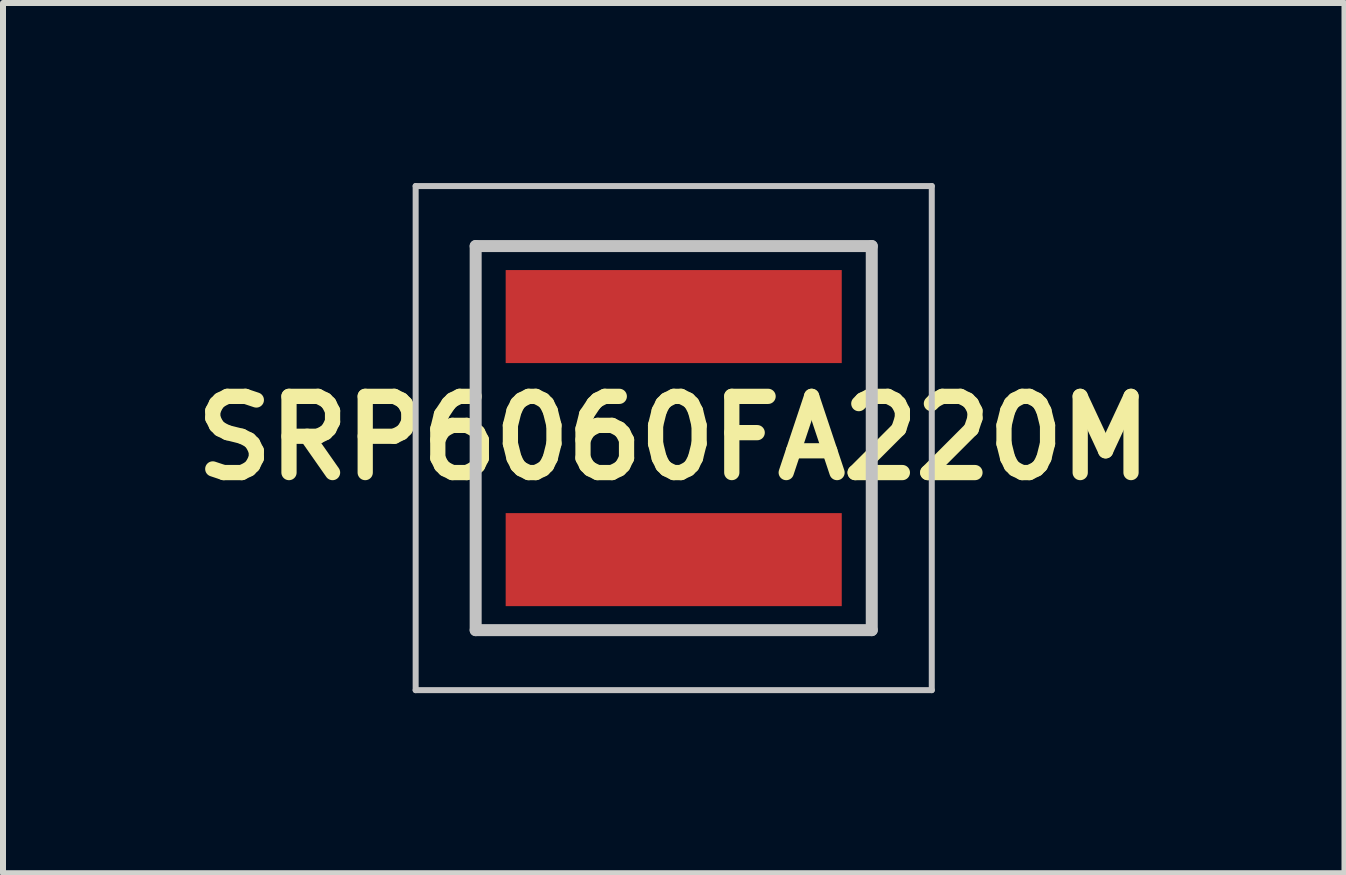
<source format=kicad_pcb>
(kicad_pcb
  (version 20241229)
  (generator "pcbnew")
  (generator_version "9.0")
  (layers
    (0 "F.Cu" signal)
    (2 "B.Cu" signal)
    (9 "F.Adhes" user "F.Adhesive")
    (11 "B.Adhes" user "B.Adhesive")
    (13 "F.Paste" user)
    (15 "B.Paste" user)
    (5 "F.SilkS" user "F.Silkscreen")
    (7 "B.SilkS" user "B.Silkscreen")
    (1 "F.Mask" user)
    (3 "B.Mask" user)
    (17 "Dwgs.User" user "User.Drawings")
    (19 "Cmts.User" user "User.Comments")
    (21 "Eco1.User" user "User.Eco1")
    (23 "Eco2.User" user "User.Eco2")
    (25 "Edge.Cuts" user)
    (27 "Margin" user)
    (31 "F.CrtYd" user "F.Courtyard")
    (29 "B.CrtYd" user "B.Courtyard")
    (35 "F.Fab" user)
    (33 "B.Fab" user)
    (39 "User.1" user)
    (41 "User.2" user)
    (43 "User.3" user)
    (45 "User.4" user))
  (footprint "SRP6060FA220M"
    (layer "F.Cu")
    (at 8.176 4.25)
    (property "Reference" "SRP6060FA220M" (at 0 0 0) (layer "F.SilkS") (effects (font (size 1.27 1.27) (thickness 0.254))))
    (attr smd)
    (fp_line (start -3.3 -3.2) (end 3.3 -3.2) (stroke (width 0.1) (type solid)) (layer "F.SilkS"))
    (fp_line (start -3.3 3.2) (end -3.3 -3.2) (stroke (width 0.1) (type solid)) (layer "F.SilkS"))
    (fp_line (start 3.3 -3.2) (end 3.3 3.2) (stroke (width 0.1) (type solid)) (layer "F.SilkS"))
    (fp_line (start 3.3 3.2) (end -3.3 3.2) (stroke (width 0.1) (type solid)) (layer "F.SilkS"))
    (fp_line (start -4.3 -4.2) (end 4.3 -4.2) (stroke (width 0.1) (type solid)) (layer "Dwgs.User"))
    (fp_line (start -4.3 4.2) (end -4.3 -4.2) (stroke (width 0.1) (type solid)) (layer "Dwgs.User"))
    (fp_line (start -3.3 -3.2) (end 3.3 -3.2) (stroke (width 0.2) (type solid)) (layer "Dwgs.User"))
    (fp_line (start -3.3 3.2) (end -3.3 -3.2) (stroke (width 0.2) (type solid)) (layer "Dwgs.User"))
    (fp_line (start 3.3 -3.2) (end 3.3 3.2) (stroke (width 0.2) (type solid)) (layer "Dwgs.User"))
    (fp_line (start 3.3 3.2) (end -3.3 3.2) (stroke (width 0.2) (type solid)) (layer "Dwgs.User"))
    (fp_line (start 4.3 -4.2) (end 4.3 4.2) (stroke (width 0.1) (type solid)) (layer "Dwgs.User"))
    (fp_line (start 4.3 4.2) (end -4.3 4.2) (stroke (width 0.1) (type solid)) (layer "Dwgs.User"))
    (pad "1" smd rect (at 0 -2.025 90) (size 1.55 5.6) (layers "F.Cu" "F.Mask" "F.Paste"))
    (pad "2" smd rect (at 0 2.025 90) (size 1.55 5.6) (layers "F.Cu" "F.Mask" "F.Paste")))
  (gr_rect
    (start -3 -3)
    (end 19.353 11.5)
    (stroke (width 0.1) (type default))
    (fill no)
    (layer "Edge.Cuts")))
</source>
